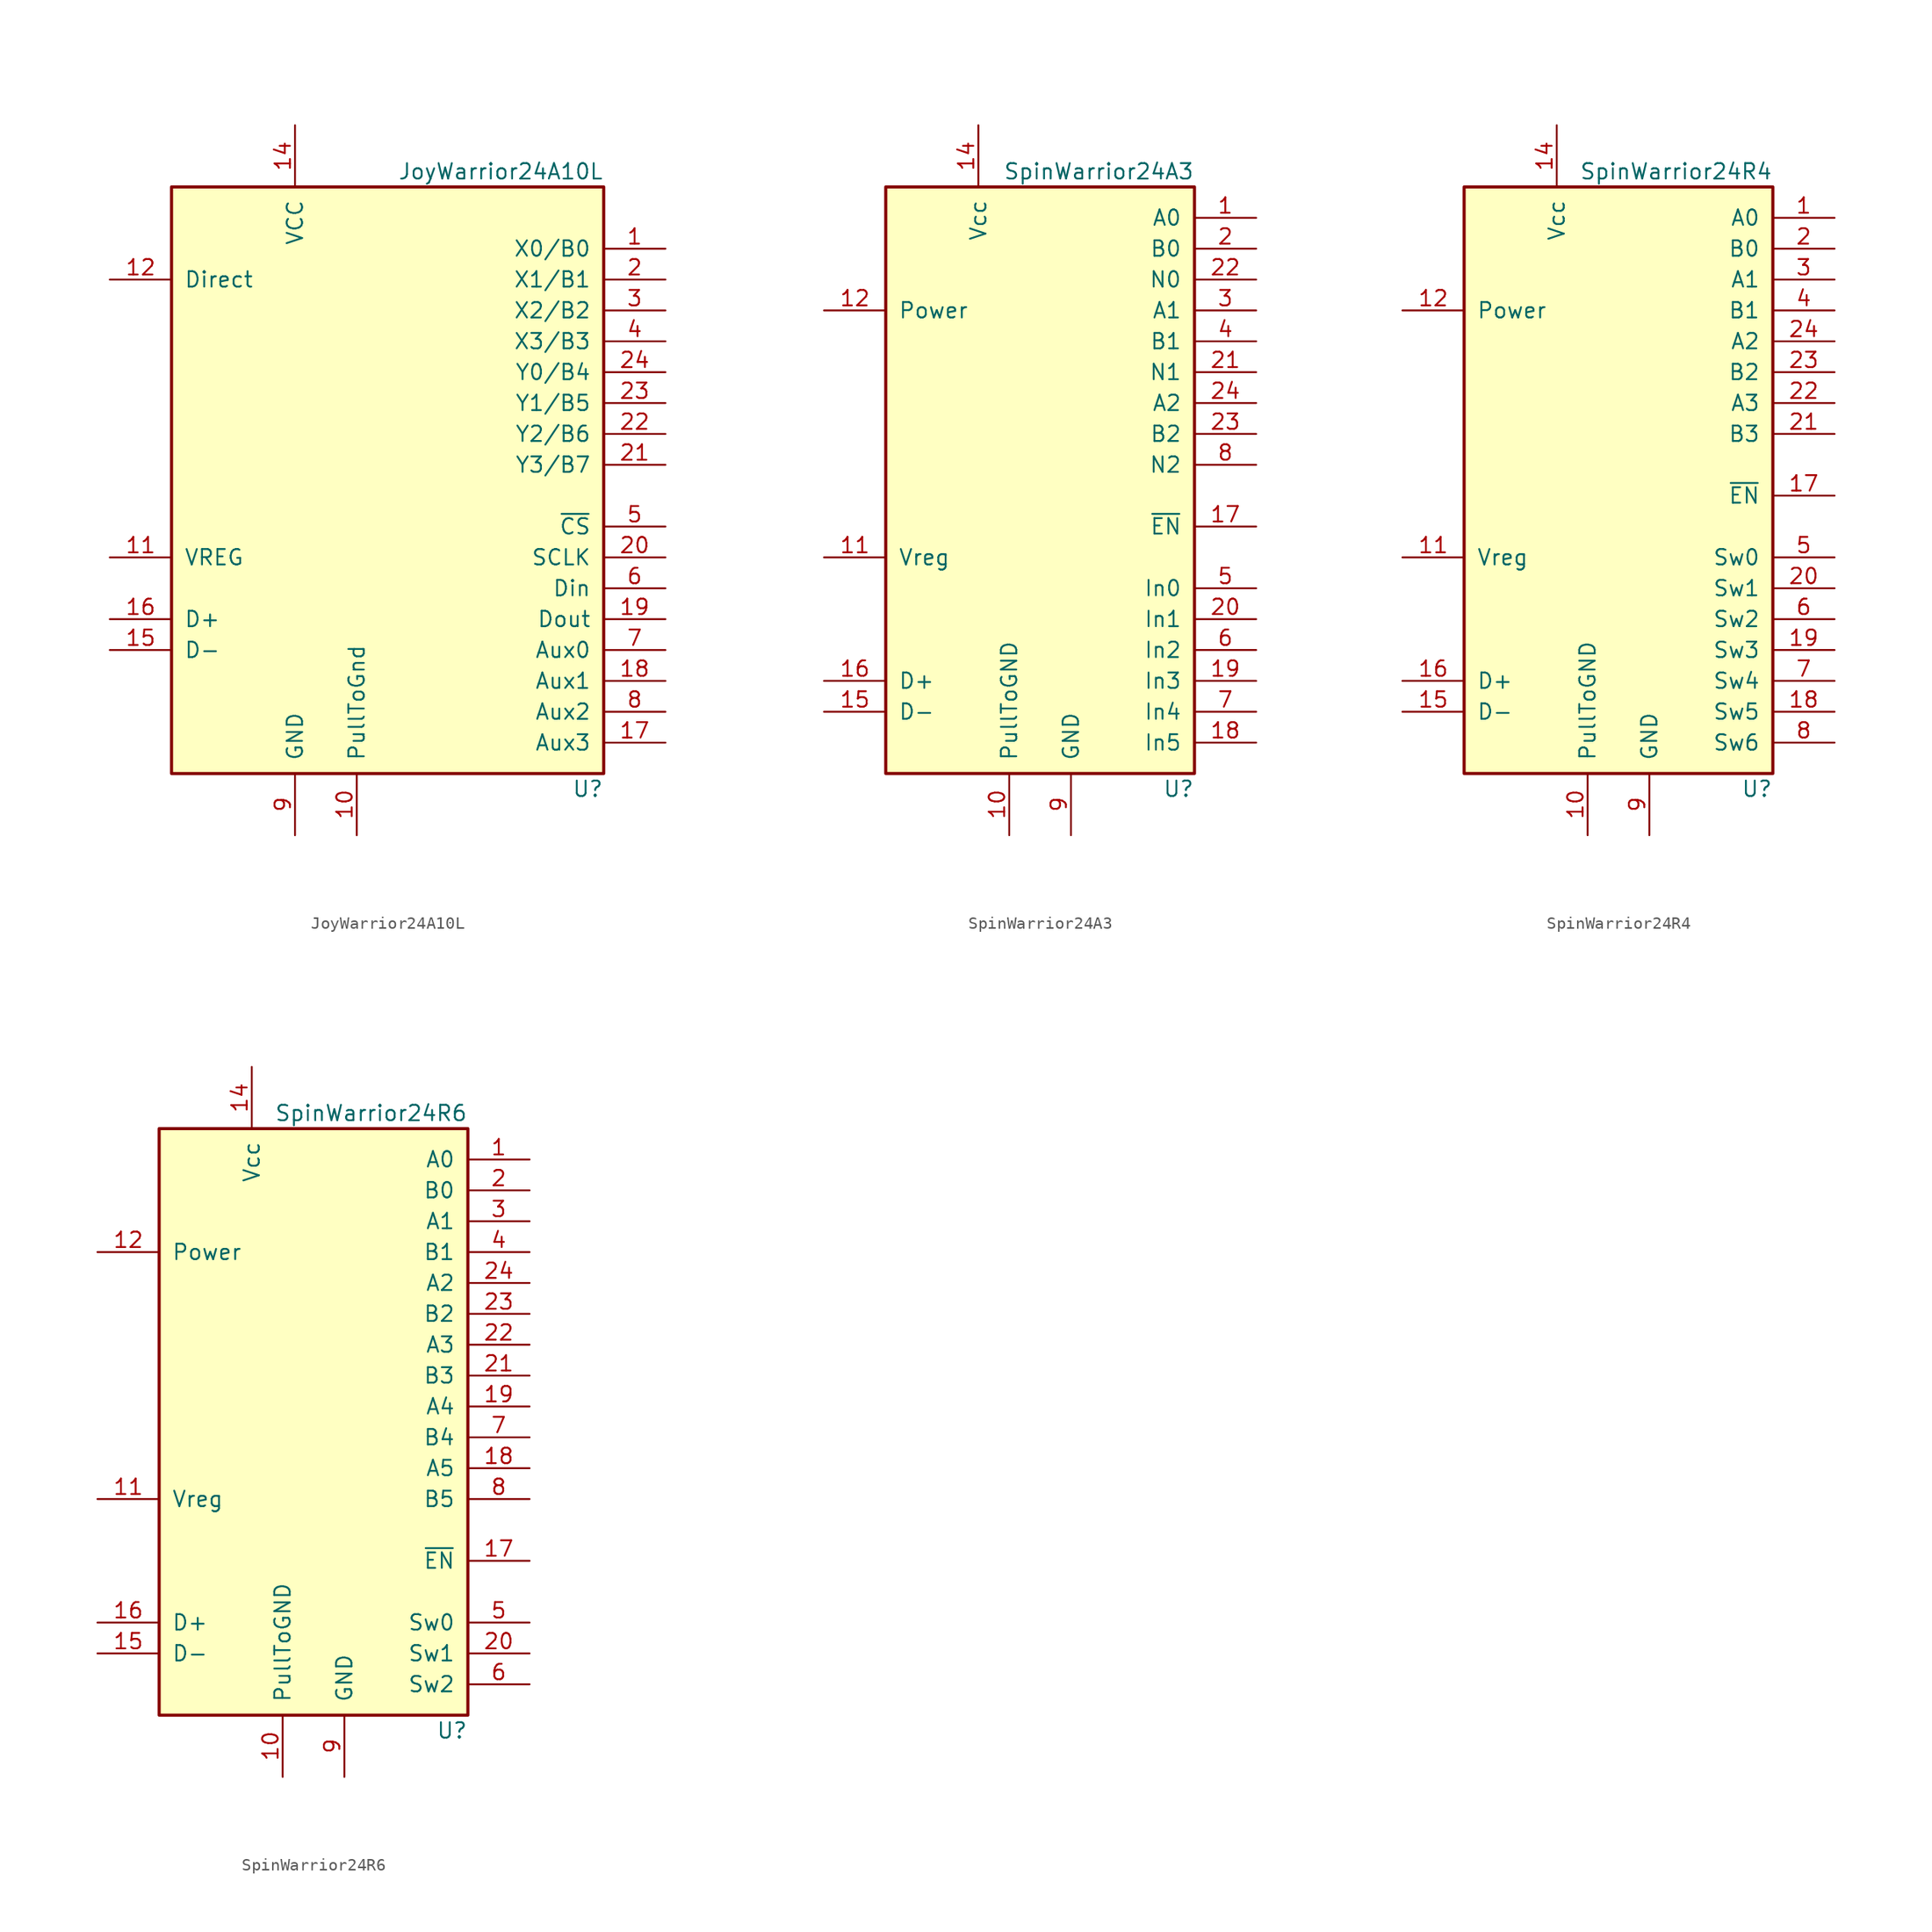
<source format=kicad_sym>
(kicad_symbol_lib
  (version 20231120)
  (generator "kicad_symbol_editor")
  (generator_version "8.0")
  (symbol "JoyWarrior24A10L"
    (pin_names
      (offset 1.016))
    (property "Reference" "U"
      (at 17.78 -24.13 0)
      (effects (font (size 1.27 1.27)) (justify right)))
    (property "Value" "JoyWarrior24A10L"
      (at 17.78 26.67 0)
      (effects (font (size 1.27 1.27)) (justify right)))
    (symbol "JoyWarrior24A10L_0_1"
      (rectangle (start -17.78 25.4) (end 17.78 -22.86) (stroke (width 0.254) (type default)) (fill (type background))))
    (symbol "JoyWarrior24A10L_1_1"
      (pin input line (at 22.86 20.32 180) (length 5.08) (name "X0/B0" (effects (font (size 1.27 1.27)))) (number "1" (effects (font (size 1.27 1.27)))))
      (pin input line (at -2.54 -27.94 90) (length 5.08) (name "PullToGnd" (effects (font (size 1.27 1.27)))) (number "10" (effects (font (size 1.27 1.27)))))
      (pin power_out line (at -22.86 -5.08 0) (length 5.08) (name "VREG" (effects (font (size 1.27 1.27)))) (number "11" (effects (font (size 1.27 1.27)))))
      (pin input line (at -22.86 17.78 0) (length 5.08) (name "Direct" (effects (font (size 1.27 1.27)))) (number "12" (effects (font (size 1.27 1.27)))))
      (pin no_connect line (at -17.78 22.86 0) (length 5.08) hide (name "NC" (effects (font (size 1.27 1.27)))) (number "13" (effects (font (size 1.27 1.27)))))
      (pin power_in line (at -7.62 30.48 270) (length 5.08) (name "VCC" (effects (font (size 1.27 1.27)))) (number "14" (effects (font (size 1.27 1.27)))))
      (pin bidirectional line (at -22.86 -12.7 0) (length 5.08) (name "D-" (effects (font (size 1.27 1.27)))) (number "15" (effects (font (size 1.27 1.27)))))
      (pin bidirectional line (at -22.86 -10.16 0) (length 5.08) (name "D+" (effects (font (size 1.27 1.27)))) (number "16" (effects (font (size 1.27 1.27)))))
      (pin output line (at 22.86 -20.32 180) (length 5.08) (name "Aux3" (effects (font (size 1.27 1.27)))) (number "17" (effects (font (size 1.27 1.27)))))
      (pin output line (at 22.86 -15.24 180) (length 5.08) (name "Aux1" (effects (font (size 1.27 1.27)))) (number "18" (effects (font (size 1.27 1.27)))))
      (pin output line (at 22.86 -10.16 180) (length 5.08) (name "Dout" (effects (font (size 1.27 1.27)))) (number "19" (effects (font (size 1.27 1.27)))))
      (pin input line (at 22.86 17.78 180) (length 5.08) (name "X1/B1" (effects (font (size 1.27 1.27)))) (number "2" (effects (font (size 1.27 1.27)))))
      (pin output line (at 22.86 -5.08 180) (length 5.08) (name "SCLK" (effects (font (size 1.27 1.27)))) (number "20" (effects (font (size 1.27 1.27)))))
      (pin input line (at 22.86 2.54 180) (length 5.08) (name "Y3/B7" (effects (font (size 1.27 1.27)))) (number "21" (effects (font (size 1.27 1.27)))))
      (pin input line (at 22.86 5.08 180) (length 5.08) (name "Y2/B6" (effects (font (size 1.27 1.27)))) (number "22" (effects (font (size 1.27 1.27)))))
      (pin input line (at 22.86 7.62 180) (length 5.08) (name "Y1/B5" (effects (font (size 1.27 1.27)))) (number "23" (effects (font (size 1.27 1.27)))))
      (pin input line (at 22.86 10.16 180) (length 5.08) (name "Y0/B4" (effects (font (size 1.27 1.27)))) (number "24" (effects (font (size 1.27 1.27)))))
      (pin input line (at 22.86 15.24 180) (length 5.08) (name "X2/B2" (effects (font (size 1.27 1.27)))) (number "3" (effects (font (size 1.27 1.27)))))
      (pin input line (at 22.86 12.7 180) (length 5.08) (name "X3/B3" (effects (font (size 1.27 1.27)))) (number "4" (effects (font (size 1.27 1.27)))))
      (pin output line (at 22.86 -2.54 180) (length 5.08) (name "~{CS}" (effects (font (size 1.27 1.27)))) (number "5" (effects (font (size 1.27 1.27)))))
      (pin input line (at 22.86 -7.62 180) (length 5.08) (name "Din" (effects (font (size 1.27 1.27)))) (number "6" (effects (font (size 1.27 1.27)))))
      (pin output line (at 22.86 -12.7 180) (length 5.08) (name "Aux0" (effects (font (size 1.27 1.27)))) (number "7" (effects (font (size 1.27 1.27)))))
      (pin output line (at 22.86 -17.78 180) (length 5.08) (name "Aux2" (effects (font (size 1.27 1.27)))) (number "8" (effects (font (size 1.27 1.27)))))
      (pin power_in line (at -7.62 -27.94 90) (length 5.08) (name "GND" (effects (font (size 1.27 1.27)))) (number "9" (effects (font (size 1.27 1.27)))))))
  (symbol "SpinWarrior24A3"
    (pin_names
      (offset 1.016))
    (property "Reference" "U"
      (at 12.7 -24.13 0)
      (effects (font (size 1.27 1.27)) (justify right)))
    (property "Value" "SpinWarrior24A3"
      (at 12.7 26.67 0)
      (effects (font (size 1.27 1.27)) (justify right)))
    (symbol "SpinWarrior24A3_1_1"
      (rectangle (start -12.7 25.4) (end 12.7 -22.86) (stroke (width 0.254) (type default)) (fill (type background)))
      (pin input line (at 17.78 22.86 180) (length 5.08) (name "A0" (effects (font (size 1.27 1.27)))) (number "1" (effects (font (size 1.27 1.27)))))
      (pin input line (at -2.54 -27.94 90) (length 5.08) (name "PullToGND" (effects (font (size 1.27 1.27)))) (number "10" (effects (font (size 1.27 1.27)))))
      (pin power_out line (at -17.78 -5.08 0) (length 5.08) (name "Vreg" (effects (font (size 1.27 1.27)))) (number "11" (effects (font (size 1.27 1.27)))))
      (pin input line (at -17.78 15.24 0) (length 5.08) (name "Power" (effects (font (size 1.27 1.27)))) (number "12" (effects (font (size 1.27 1.27)))))
      (pin no_connect line (at -12.7 22.86 0) (length 5.08) hide (name "NC" (effects (font (size 1.27 1.27)))) (number "13" (effects (font (size 1.27 1.27)))))
      (pin power_in line (at -5.08 30.48 270) (length 5.08) (name "Vcc" (effects (font (size 1.27 1.27)))) (number "14" (effects (font (size 1.27 1.27)))))
      (pin bidirectional line (at -17.78 -17.78 0) (length 5.08) (name "D-" (effects (font (size 1.27 1.27)))) (number "15" (effects (font (size 1.27 1.27)))))
      (pin bidirectional line (at -17.78 -15.24 0) (length 5.08) (name "D+" (effects (font (size 1.27 1.27)))) (number "16" (effects (font (size 1.27 1.27)))))
      (pin open_collector line (at 17.78 -2.54 180) (length 5.08) (name "~{EN}" (effects (font (size 1.27 1.27)))) (number "17" (effects (font (size 1.27 1.27)))))
      (pin input line (at 17.78 -20.32 180) (length 5.08) (name "In5" (effects (font (size 1.27 1.27)))) (number "18" (effects (font (size 1.27 1.27)))))
      (pin input line (at 17.78 -15.24 180) (length 5.08) (name "In3" (effects (font (size 1.27 1.27)))) (number "19" (effects (font (size 1.27 1.27)))))
      (pin input line (at 17.78 20.32 180) (length 5.08) (name "B0" (effects (font (size 1.27 1.27)))) (number "2" (effects (font (size 1.27 1.27)))))
      (pin input line (at 17.78 -10.16 180) (length 5.08) (name "In1" (effects (font (size 1.27 1.27)))) (number "20" (effects (font (size 1.27 1.27)))))
      (pin input line (at 17.78 10.16 180) (length 5.08) (name "N1" (effects (font (size 1.27 1.27)))) (number "21" (effects (font (size 1.27 1.27)))))
      (pin input line (at 17.78 17.78 180) (length 5.08) (name "N0" (effects (font (size 1.27 1.27)))) (number "22" (effects (font (size 1.27 1.27)))))
      (pin input line (at 17.78 5.08 180) (length 5.08) (name "B2" (effects (font (size 1.27 1.27)))) (number "23" (effects (font (size 1.27 1.27)))))
      (pin input line (at 17.78 7.62 180) (length 5.08) (name "A2" (effects (font (size 1.27 1.27)))) (number "24" (effects (font (size 1.27 1.27)))))
      (pin input line (at 17.78 15.24 180) (length 5.08) (name "A1" (effects (font (size 1.27 1.27)))) (number "3" (effects (font (size 1.27 1.27)))))
      (pin input line (at 17.78 12.7 180) (length 5.08) (name "B1" (effects (font (size 1.27 1.27)))) (number "4" (effects (font (size 1.27 1.27)))))
      (pin input line (at 17.78 -7.62 180) (length 5.08) (name "In0" (effects (font (size 1.27 1.27)))) (number "5" (effects (font (size 1.27 1.27)))))
      (pin input line (at 17.78 -12.7 180) (length 5.08) (name "In2" (effects (font (size 1.27 1.27)))) (number "6" (effects (font (size 1.27 1.27)))))
      (pin input line (at 17.78 -17.78 180) (length 5.08) (name "In4" (effects (font (size 1.27 1.27)))) (number "7" (effects (font (size 1.27 1.27)))))
      (pin input line (at 17.78 2.54 180) (length 5.08) (name "N2" (effects (font (size 1.27 1.27)))) (number "8" (effects (font (size 1.27 1.27)))))
      (pin power_in line (at 2.54 -27.94 90) (length 5.08) (name "GND" (effects (font (size 1.27 1.27)))) (number "9" (effects (font (size 1.27 1.27)))))))
  (symbol "SpinWarrior24R4"
    (pin_names
      (offset 1.016))
    (property "Reference" "U"
      (at 12.7 -24.13 0)
      (effects (font (size 1.27 1.27)) (justify right)))
    (property "Value" "SpinWarrior24R4"
      (at 12.7 26.67 0)
      (effects (font (size 1.27 1.27)) (justify right)))
    (symbol "SpinWarrior24R4_1_1"
      (rectangle (start -12.7 25.4) (end 12.7 -22.86) (stroke (width 0.254) (type default)) (fill (type background)))
      (pin input line (at 17.78 22.86 180) (length 5.08) (name "A0" (effects (font (size 1.27 1.27)))) (number "1" (effects (font (size 1.27 1.27)))))
      (pin input line (at -2.54 -27.94 90) (length 5.08) (name "PullToGND" (effects (font (size 1.27 1.27)))) (number "10" (effects (font (size 1.27 1.27)))))
      (pin power_out line (at -17.78 -5.08 0) (length 5.08) (name "Vreg" (effects (font (size 1.27 1.27)))) (number "11" (effects (font (size 1.27 1.27)))))
      (pin input line (at -17.78 15.24 0) (length 5.08) (name "Power" (effects (font (size 1.27 1.27)))) (number "12" (effects (font (size 1.27 1.27)))))
      (pin no_connect line (at -12.7 22.86 0) (length 5.08) hide (name "NC" (effects (font (size 1.27 1.27)))) (number "13" (effects (font (size 1.27 1.27)))))
      (pin power_in line (at -5.08 30.48 270) (length 5.08) (name "Vcc" (effects (font (size 1.27 1.27)))) (number "14" (effects (font (size 1.27 1.27)))))
      (pin bidirectional line (at -17.78 -17.78 0) (length 5.08) (name "D-" (effects (font (size 1.27 1.27)))) (number "15" (effects (font (size 1.27 1.27)))))
      (pin bidirectional line (at -17.78 -15.24 0) (length 5.08) (name "D+" (effects (font (size 1.27 1.27)))) (number "16" (effects (font (size 1.27 1.27)))))
      (pin open_collector line (at 17.78 0 180) (length 5.08) (name "~{EN}" (effects (font (size 1.27 1.27)))) (number "17" (effects (font (size 1.27 1.27)))))
      (pin input line (at 17.78 -17.78 180) (length 5.08) (name "Sw5" (effects (font (size 1.27 1.27)))) (number "18" (effects (font (size 1.27 1.27)))))
      (pin input line (at 17.78 -12.7 180) (length 5.08) (name "Sw3" (effects (font (size 1.27 1.27)))) (number "19" (effects (font (size 1.27 1.27)))))
      (pin input line (at 17.78 20.32 180) (length 5.08) (name "B0" (effects (font (size 1.27 1.27)))) (number "2" (effects (font (size 1.27 1.27)))))
      (pin input line (at 17.78 -7.62 180) (length 5.08) (name "Sw1" (effects (font (size 1.27 1.27)))) (number "20" (effects (font (size 1.27 1.27)))))
      (pin input line (at 17.78 5.08 180) (length 5.08) (name "B3" (effects (font (size 1.27 1.27)))) (number "21" (effects (font (size 1.27 1.27)))))
      (pin input line (at 17.78 7.62 180) (length 5.08) (name "A3" (effects (font (size 1.27 1.27)))) (number "22" (effects (font (size 1.27 1.27)))))
      (pin input line (at 17.78 10.16 180) (length 5.08) (name "B2" (effects (font (size 1.27 1.27)))) (number "23" (effects (font (size 1.27 1.27)))))
      (pin input line (at 17.78 12.7 180) (length 5.08) (name "A2" (effects (font (size 1.27 1.27)))) (number "24" (effects (font (size 1.27 1.27)))))
      (pin input line (at 17.78 17.78 180) (length 5.08) (name "A1" (effects (font (size 1.27 1.27)))) (number "3" (effects (font (size 1.27 1.27)))))
      (pin input line (at 17.78 15.24 180) (length 5.08) (name "B1" (effects (font (size 1.27 1.27)))) (number "4" (effects (font (size 1.27 1.27)))))
      (pin input line (at 17.78 -5.08 180) (length 5.08) (name "Sw0" (effects (font (size 1.27 1.27)))) (number "5" (effects (font (size 1.27 1.27)))))
      (pin input line (at 17.78 -10.16 180) (length 5.08) (name "Sw2" (effects (font (size 1.27 1.27)))) (number "6" (effects (font (size 1.27 1.27)))))
      (pin input line (at 17.78 -15.24 180) (length 5.08) (name "Sw4" (effects (font (size 1.27 1.27)))) (number "7" (effects (font (size 1.27 1.27)))))
      (pin input line (at 17.78 -20.32 180) (length 5.08) (name "Sw6" (effects (font (size 1.27 1.27)))) (number "8" (effects (font (size 1.27 1.27)))))
      (pin power_in line (at 2.54 -27.94 90) (length 5.08) (name "GND" (effects (font (size 1.27 1.27)))) (number "9" (effects (font (size 1.27 1.27)))))))
  (symbol "SpinWarrior24R6"
    (pin_names
      (offset 1.016))
    (property "Reference" "U"
      (at 12.7 -24.13 0)
      (effects (font (size 1.27 1.27)) (justify right)))
    (property "Value" "SpinWarrior24R6"
      (at 12.7 26.67 0)
      (effects (font (size 1.27 1.27)) (justify right)))
    (symbol "SpinWarrior24R6_1_1"
      (rectangle (start -12.7 25.4) (end 12.7 -22.86) (stroke (width 0.254) (type default)) (fill (type background)))
      (pin input line (at 17.78 22.86 180) (length 5.08) (name "A0" (effects (font (size 1.27 1.27)))) (number "1" (effects (font (size 1.27 1.27)))))
      (pin input line (at -2.54 -27.94 90) (length 5.08) (name "PullToGND" (effects (font (size 1.27 1.27)))) (number "10" (effects (font (size 1.27 1.27)))))
      (pin power_out line (at -17.78 -5.08 0) (length 5.08) (name "Vreg" (effects (font (size 1.27 1.27)))) (number "11" (effects (font (size 1.27 1.27)))))
      (pin input line (at -17.78 15.24 0) (length 5.08) (name "Power" (effects (font (size 1.27 1.27)))) (number "12" (effects (font (size 1.27 1.27)))))
      (pin no_connect line (at -12.7 22.86 0) (length 5.08) hide (name "NC" (effects (font (size 1.27 1.27)))) (number "13" (effects (font (size 1.27 1.27)))))
      (pin power_in line (at -5.08 30.48 270) (length 5.08) (name "Vcc" (effects (font (size 1.27 1.27)))) (number "14" (effects (font (size 1.27 1.27)))))
      (pin bidirectional line (at -17.78 -17.78 0) (length 5.08) (name "D-" (effects (font (size 1.27 1.27)))) (number "15" (effects (font (size 1.27 1.27)))))
      (pin bidirectional line (at -17.78 -15.24 0) (length 5.08) (name "D+" (effects (font (size 1.27 1.27)))) (number "16" (effects (font (size 1.27 1.27)))))
      (pin open_collector line (at 17.78 -10.16 180) (length 5.08) (name "~{EN}" (effects (font (size 1.27 1.27)))) (number "17" (effects (font (size 1.27 1.27)))))
      (pin input line (at 17.78 -2.54 180) (length 5.08) (name "A5" (effects (font (size 1.27 1.27)))) (number "18" (effects (font (size 1.27 1.27)))))
      (pin input line (at 17.78 2.54 180) (length 5.08) (name "A4" (effects (font (size 1.27 1.27)))) (number "19" (effects (font (size 1.27 1.27)))))
      (pin input line (at 17.78 20.32 180) (length 5.08) (name "B0" (effects (font (size 1.27 1.27)))) (number "2" (effects (font (size 1.27 1.27)))))
      (pin input line (at 17.78 -17.78 180) (length 5.08) (name "Sw1" (effects (font (size 1.27 1.27)))) (number "20" (effects (font (size 1.27 1.27)))))
      (pin input line (at 17.78 5.08 180) (length 5.08) (name "B3" (effects (font (size 1.27 1.27)))) (number "21" (effects (font (size 1.27 1.27)))))
      (pin input line (at 17.78 7.62 180) (length 5.08) (name "A3" (effects (font (size 1.27 1.27)))) (number "22" (effects (font (size 1.27 1.27)))))
      (pin input line (at 17.78 10.16 180) (length 5.08) (name "B2" (effects (font (size 1.27 1.27)))) (number "23" (effects (font (size 1.27 1.27)))))
      (pin input line (at 17.78 12.7 180) (length 5.08) (name "A2" (effects (font (size 1.27 1.27)))) (number "24" (effects (font (size 1.27 1.27)))))
      (pin input line (at 17.78 17.78 180) (length 5.08) (name "A1" (effects (font (size 1.27 1.27)))) (number "3" (effects (font (size 1.27 1.27)))))
      (pin input line (at 17.78 15.24 180) (length 5.08) (name "B1" (effects (font (size 1.27 1.27)))) (number "4" (effects (font (size 1.27 1.27)))))
      (pin input line (at 17.78 -15.24 180) (length 5.08) (name "Sw0" (effects (font (size 1.27 1.27)))) (number "5" (effects (font (size 1.27 1.27)))))
      (pin input line (at 17.78 -20.32 180) (length 5.08) (name "Sw2" (effects (font (size 1.27 1.27)))) (number "6" (effects (font (size 1.27 1.27)))))
      (pin input line (at 17.78 0 180) (length 5.08) (name "B4" (effects (font (size 1.27 1.27)))) (number "7" (effects (font (size 1.27 1.27)))))
      (pin input line (at 17.78 -5.08 180) (length 5.08) (name "B5" (effects (font (size 1.27 1.27)))) (number "8" (effects (font (size 1.27 1.27)))))
      (pin power_in line (at 2.54 -27.94 90) (length 5.08) (name "GND" (effects (font (size 1.27 1.27)))) (number "9" (effects (font (size 1.27 1.27))))))))
</source>
